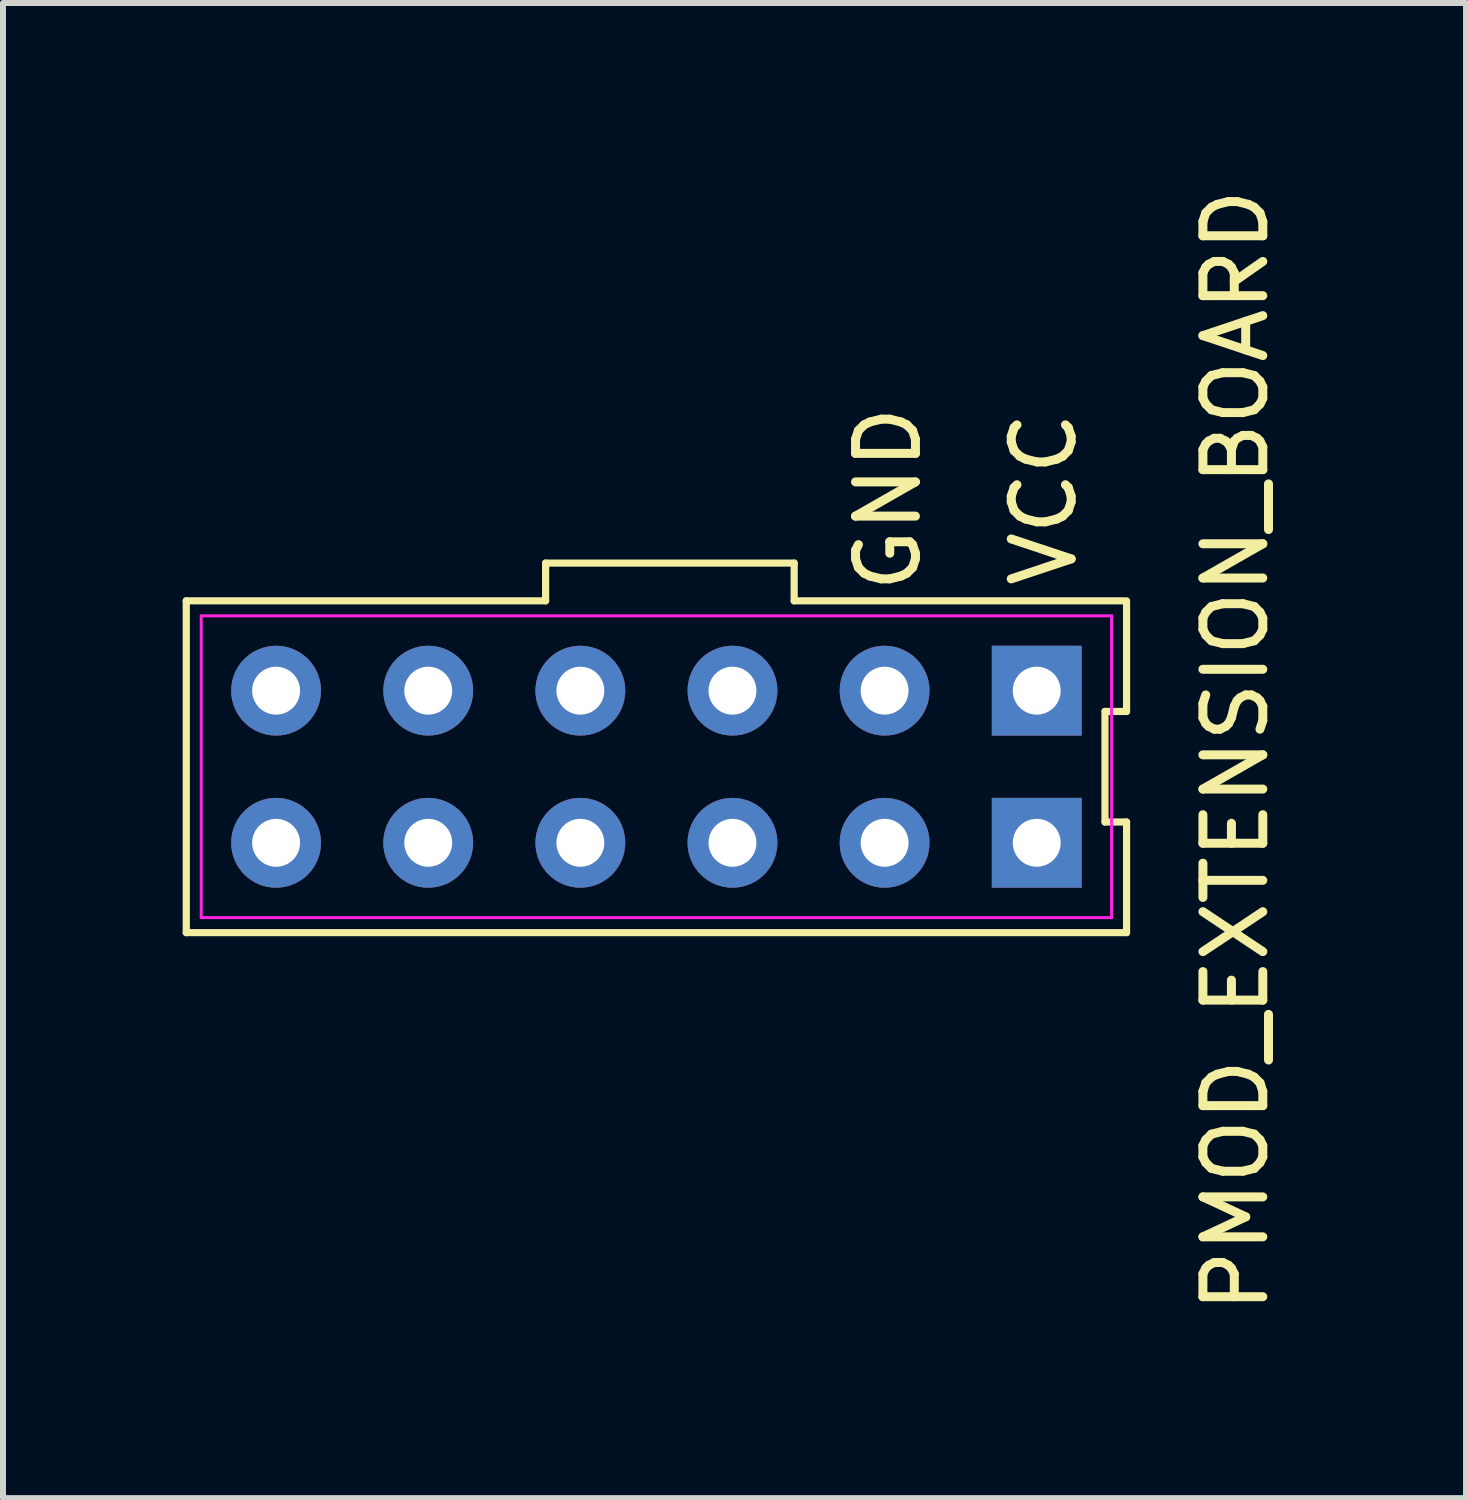
<source format=kicad_pcb>
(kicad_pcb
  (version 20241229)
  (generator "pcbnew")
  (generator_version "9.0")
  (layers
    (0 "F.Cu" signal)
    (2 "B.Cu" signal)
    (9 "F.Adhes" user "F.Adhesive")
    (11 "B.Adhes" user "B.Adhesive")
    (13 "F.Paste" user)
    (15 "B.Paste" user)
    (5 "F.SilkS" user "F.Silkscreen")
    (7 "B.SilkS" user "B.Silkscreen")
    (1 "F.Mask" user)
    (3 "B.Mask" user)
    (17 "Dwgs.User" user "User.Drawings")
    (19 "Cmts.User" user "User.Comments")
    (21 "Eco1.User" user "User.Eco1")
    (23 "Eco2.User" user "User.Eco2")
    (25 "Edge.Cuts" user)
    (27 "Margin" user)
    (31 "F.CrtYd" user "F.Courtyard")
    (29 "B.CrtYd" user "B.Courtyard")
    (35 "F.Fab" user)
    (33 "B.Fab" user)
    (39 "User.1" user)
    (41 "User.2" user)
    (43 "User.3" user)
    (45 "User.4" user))
  (footprint "PMOD_EXTENSION_BOARD"
    (layer "F.Cu")
    (at 7.98 9.482)
    (property "Reference" "PMOD_EXTENSION_BOARD" (at 9.6 0 270) (layer "F.SilkS") (effects (font (size 1 1) (thickness 0.15))))
    (fp_line (start -7.92 -2.5) (end -7.92 3.04) (stroke (width 0.12) (type solid)) (layer "F.SilkS"))
    (fp_line (start -7.92 3.04) (end 7.78 3.04) (stroke (width 0.12) (type solid)) (layer "F.SilkS"))
    (fp_line (start -1.92 -3.13) (end -1.92 -2.5) (stroke (width 0.12) (type solid)) (layer "F.SilkS"))
    (fp_line (start -1.92 -2.5) (end -7.92 -2.5) (stroke (width 0.12) (type solid)) (layer "F.SilkS"))
    (fp_line (start 2.23 -3.13) (end -1.92 -3.13) (stroke (width 0.12) (type solid)) (layer "F.SilkS"))
    (fp_line (start 2.23 -2.5) (end 2.23 -3.13) (stroke (width 0.12) (type solid)) (layer "F.SilkS"))
    (fp_line (start 2.23 -2.5) (end 7.73 -2.5) (stroke (width 0.12) (type solid)) (layer "F.SilkS"))
    (fp_line (start 7.42 -0.653) (end 7.78 -0.653) (stroke (width 0.12) (type solid)) (layer "F.SilkS"))
    (fp_line (start 7.42 1.193) (end 7.42 -0.653) (stroke (width 0.12) (type solid)) (layer "F.SilkS"))
    (fp_line (start 7.78 -0.653) (end 7.78 -2.5) (stroke (width 0.12) (type solid)) (layer "F.SilkS"))
    (fp_line (start 7.78 1.193) (end 7.42 1.193) (stroke (width 0.12) (type solid)) (layer "F.SilkS"))
    (fp_line (start 7.78 3.04) (end 7.78 1.193) (stroke (width 0.12) (type solid)) (layer "F.SilkS"))
    (fp_line (start -7.67 -2.25) (end 7.53 -2.25) (stroke (width 0.05) (type solid)) (layer "F.CrtYd"))
    (fp_line (start -7.67 2.79) (end -7.67 -2.25) (stroke (width 0.05) (type solid)) (layer "F.CrtYd"))
    (fp_line (start 7.53 -2.25) (end 7.53 2.79) (stroke (width 0.05) (type solid)) (layer "F.CrtYd"))
    (fp_line (start 7.53 2.79) (end -7.67 2.79) (stroke (width 0.05) (type solid)) (layer "F.CrtYd"))
    (fp_text user "GND" (at 3.8 -4.2 90) (unlocked yes) (layer "F.SilkS") (effects (font (size 1 1) (thickness 0.15))))
    (fp_text user "VCC" (at 6.4 -4.2 90) (unlocked yes) (layer "F.SilkS") (effects (font (size 1 1) (thickness 0.15))))
    (pad "1" thru_hole rect (at 6.28 -1 180) (size 1.5 1.5) (drill 0.8) (layers "*.Cu" "*.Mask"))
    (pad "2" thru_hole circle (at 3.74 -1 180) (size 1.5 1.5) (drill 0.8) (layers "*.Cu" "*.Mask"))
    (pad "3" thru_hole circle (at 1.2 -1 180) (size 1.5 1.5) (drill 0.8) (layers "*.Cu" "*.Mask"))
    (pad "4" thru_hole circle (at -1.34 -1 180) (size 1.5 1.5) (drill 0.8) (layers "*.Cu" "*.Mask"))
    (pad "5" thru_hole circle (at -3.88 -1 180) (size 1.5 1.5) (drill 0.8) (layers "*.Cu" "*.Mask"))
    (pad "6" thru_hole circle (at -6.42 -1 180) (size 1.5 1.5) (drill 0.8) (layers "*.Cu" "*.Mask"))
    (pad "7" thru_hole circle (at -6.42 1.54 180) (size 1.5 1.5) (drill 0.8) (layers "*.Cu" "*.Mask"))
    (pad "8" thru_hole circle (at -3.88 1.54 180) (size 1.5 1.5) (drill 0.8) (layers "*.Cu" "*.Mask"))
    (pad "9" thru_hole circle (at -1.34 1.54 180) (size 1.5 1.5) (drill 0.8) (layers "*.Cu" "*.Mask"))
    (pad "10" thru_hole circle (at 1.2 1.54 180) (size 1.5 1.5) (drill 0.8) (layers "*.Cu" "*.Mask"))
    (pad "11" thru_hole circle (at 3.74 1.54 180) (size 1.5 1.5) (drill 0.8) (layers "*.Cu" "*.Mask"))
    (pad "12" thru_hole rect (at 6.28 1.54 180) (size 1.5 1.5) (drill 0.8) (layers "*.Cu" "*.Mask")))
  (gr_rect
    (start -3 -3)
    (end 21.428 21.964)
    (stroke (width 0.1) (type default))
    (fill no)
    (layer "Edge.Cuts")))
</source>
